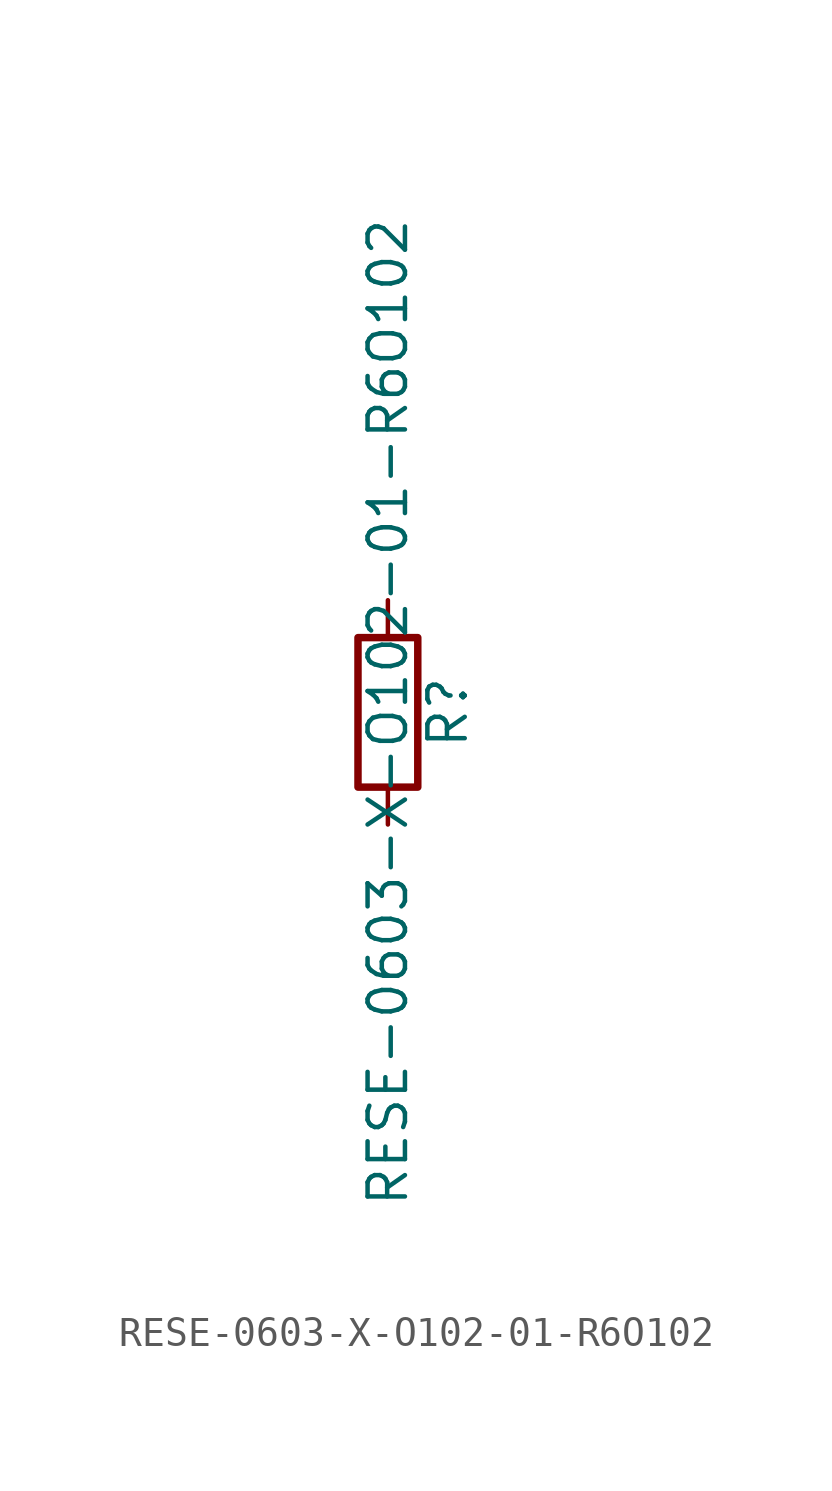
<source format=kicad_sym>
(kicad_symbol_lib
  (version 20211014)
  (generator kicad_symbol_editor)
  (symbol "RESE-0603-X-O102-01-R6O102"
    (pin_numbers hide)
    (pin_names
      (offset 0))
    (property "Reference" "R"
      (at 2.032 0 90)
      (effects (font (size 1.27 1.27))))
    (property "Value" "RESE-0603-X-O102-01-R6O102"
      (at 0 0 90)
      (effects (font (size 1.27 1.27))))
    (symbol "RESE-0603-X-O102-01-R6O102_0_1"
      (rectangle (start -1.016 -2.54) (end 1.016 2.54) (stroke (width 0.254) (type default) (color 0 0 0 0)) (fill (type none))))
    (symbol "RESE-0603-X-O102-01-R6O102_1_1"
      (pin passive line (at 0 3.81 270) (length 1.27) (name "~" (effects (font (size 1.27 1.27)))) (number "1" (effects (font (size 1.27 1.27)))))
      (pin passive line (at 0 -3.81 90) (length 1.27) (name "~" (effects (font (size 1.27 1.27)))) (number "2" (effects (font (size 1.27 1.27))))))))
</source>
